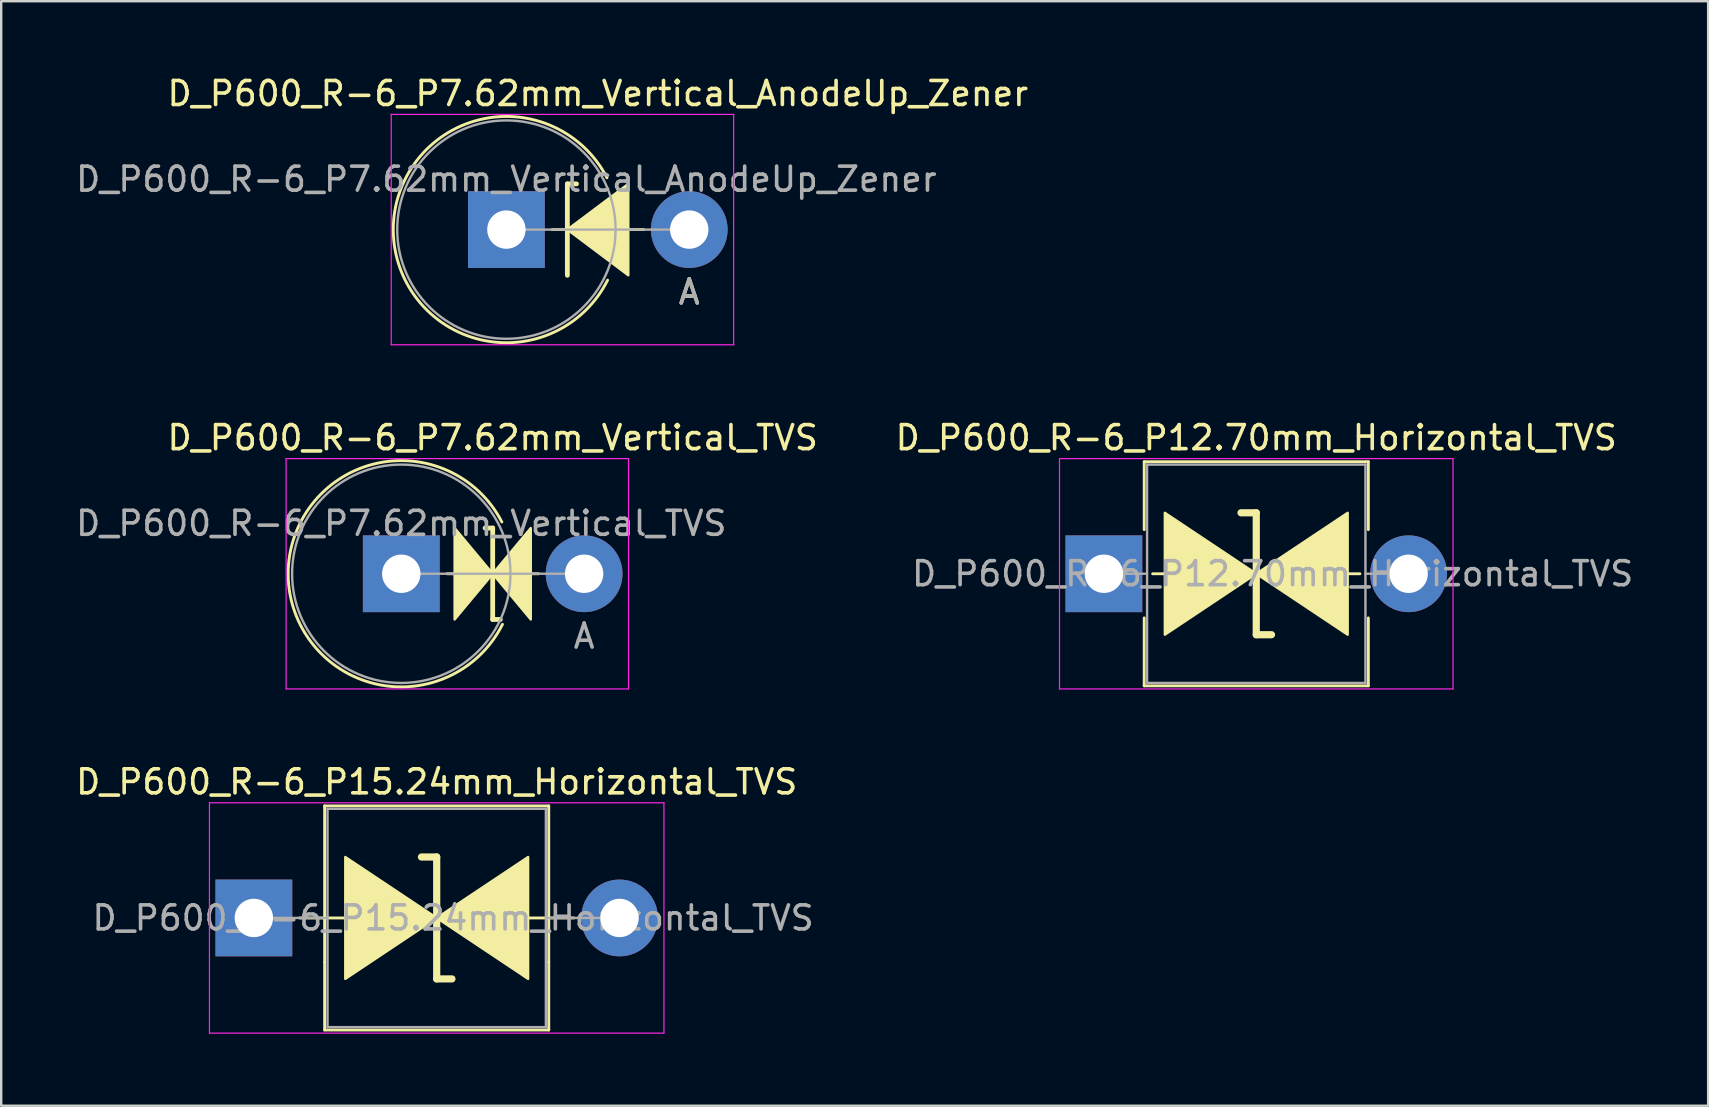
<source format=kicad_pcb>
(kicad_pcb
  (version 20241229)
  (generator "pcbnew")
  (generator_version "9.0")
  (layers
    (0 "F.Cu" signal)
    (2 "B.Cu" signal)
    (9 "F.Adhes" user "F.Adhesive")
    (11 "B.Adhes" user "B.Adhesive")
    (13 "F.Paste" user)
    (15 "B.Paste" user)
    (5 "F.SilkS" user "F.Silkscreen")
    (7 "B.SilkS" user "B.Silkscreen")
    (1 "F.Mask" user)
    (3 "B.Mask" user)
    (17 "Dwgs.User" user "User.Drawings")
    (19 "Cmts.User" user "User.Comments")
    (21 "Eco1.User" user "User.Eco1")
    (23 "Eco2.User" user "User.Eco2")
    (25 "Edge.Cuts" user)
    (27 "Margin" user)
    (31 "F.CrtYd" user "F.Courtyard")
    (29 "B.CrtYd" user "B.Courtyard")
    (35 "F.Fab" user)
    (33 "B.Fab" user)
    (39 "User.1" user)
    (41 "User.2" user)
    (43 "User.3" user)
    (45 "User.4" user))
  (footprint "D_P600_R-6_P7.62mm_Vertical_AnodeUp_Zener"
    (layer "F.Cu")
    (at 18.054 6.518)
    (property "Reference" "D_P600_R-6_P7.62mm_Vertical_AnodeUp_Zener" (at 3.81 -5.67 0) (layer "F.SilkS") (effects (font (size 1 1) (thickness 0.15))))
    (attr through_hole)
    (fp_line (start 1.905 0) (end 5.72 0) (stroke (width 0.12) (type solid)) (layer "F.SilkS"))
    (fp_line (start 2.54 -1.905) (end 2.54 1.905) (stroke (width 0.2) (type solid)) (layer "F.SilkS"))
    (fp_line (start 2.54 -1.905) (end 2.921 -1.905) (stroke (width 0.2) (type solid)) (layer "F.SilkS"))
    (fp_arc (start 4.216705 2.108353) (mid -4.714334 0.028398) (end 4.190999 -2.158999) (stroke (width 0.12) (type solid)) (layer "F.SilkS"))
    (fp_poly (pts (xy 5.08 1.905) (xy 2.54 0) (xy 5.08 -1.905)) (stroke (width 0.1) (type solid)) (fill yes) (layer "F.SilkS"))
    (fp_line (start -4.8 -4.8) (end -4.8 4.8) (stroke (width 0.05) (type solid)) (layer "F.CrtYd"))
    (fp_line (start -4.8 4.8) (end 9.47 4.8) (stroke (width 0.05) (type solid)) (layer "F.CrtYd"))
    (fp_line (start 9.47 -4.8) (end -4.8 -4.8) (stroke (width 0.05) (type solid)) (layer "F.CrtYd"))
    (fp_line (start 9.47 4.8) (end 9.47 -4.8) (stroke (width 0.05) (type solid)) (layer "F.CrtYd"))
    (fp_line (start 0 0) (end 7.62 0) (stroke (width 0.1) (type solid)) (layer "F.Fab"))
    (fp_circle (center 0 0) (end 4.55 0) (stroke (width 0.1) (type solid)) (fill no) (layer "F.Fab"))
    (fp_text user "A" (at 7.62 2.6 0) (layer "F.SilkS") (effects (font (size 1 1) (thickness 0.15))))
    (fp_text user "${REFERENCE}" (at 0 -2.1 0) (layer "F.Fab") (effects (font (size 1 1) (thickness 0.15))))
    (fp_text user "A" (at 7.62 2.6 0) (layer "F.Fab") (effects (font (size 1 1) (thickness 0.15))))
    (pad "1" thru_hole rect (at 0 0) (size 3.2 3.2) (drill 1.6) (layers "*.Cu" "*.Mask"))
    (pad "2" thru_hole oval (at 7.62 0) (size 3.2 3.2) (drill 1.6) (layers "*.Cu" "*.Mask")))
  (footprint "D_P600_R-6_P12.70mm_Horizontal_TVS"
    (layer "F.Cu")
    (at 42.954 20.861)
    (property "Reference" "D_P600_R-6_P12.70mm_Horizontal_TVS" (at 6.35 -5.67 0) (layer "F.SilkS") (effects (font (size 1 1) (thickness 0.15))))
    (attr through_hole)
    (fp_line (start 1.68 -4.67) (end 11.02 -4.67) (stroke (width 0.12) (type solid)) (layer "F.SilkS"))
    (fp_line (start 1.68 -1.84) (end 1.68 -4.67) (stroke (width 0.12) (type solid)) (layer "F.SilkS"))
    (fp_line (start 1.68 1.84) (end 1.68 4.67) (stroke (width 0.12) (type solid)) (layer "F.SilkS"))
    (fp_line (start 1.68 4.67) (end 11.02 4.67) (stroke (width 0.12) (type solid)) (layer "F.SilkS"))
    (fp_line (start 2.032 0) (end 2.54 0) (stroke (width 0.12) (type solid)) (layer "F.SilkS"))
    (fp_line (start 6.35 -2.54) (end 5.715 -2.54) (stroke (width 0.3) (type solid)) (layer "F.SilkS"))
    (fp_line (start 6.35 2.54) (end 6.35 -2.54) (stroke (width 0.3) (type solid)) (layer "F.SilkS"))
    (fp_line (start 6.985 2.54) (end 6.35 2.54) (stroke (width 0.3) (type solid)) (layer "F.SilkS"))
    (fp_line (start 10.668 0) (end 10.16 0) (stroke (width 0.12) (type solid)) (layer "F.SilkS"))
    (fp_line (start 11.02 -4.67) (end 11.02 -1.84) (stroke (width 0.12) (type solid)) (layer "F.SilkS"))
    (fp_line (start 11.02 4.67) (end 11.02 1.84) (stroke (width 0.12) (type solid)) (layer "F.SilkS"))
    (fp_poly (pts (xy 6.35 0) (xy 2.54 2.54) (xy 2.54 -2.54)) (stroke (width 0.1) (type solid)) (fill yes) (layer "F.SilkS"))
    (fp_poly (pts (xy 6.35 0) (xy 10.16 -2.54) (xy 10.16 2.54)) (stroke (width 0.1) (type solid)) (fill yes) (layer "F.SilkS"))
    (fp_line (start -1.85 -4.8) (end -1.85 4.8) (stroke (width 0.05) (type solid)) (layer "F.CrtYd"))
    (fp_line (start -1.85 4.8) (end 14.55 4.8) (stroke (width 0.05) (type solid)) (layer "F.CrtYd"))
    (fp_line (start 14.55 -4.8) (end -1.85 -4.8) (stroke (width 0.05) (type solid)) (layer "F.CrtYd"))
    (fp_line (start 14.55 4.8) (end 14.55 -4.8) (stroke (width 0.05) (type solid)) (layer "F.CrtYd"))
    (fp_line (start 0 0) (end 1.8 0) (stroke (width 0.1) (type solid)) (layer "F.Fab"))
    (fp_line (start 1.8 -4.55) (end 1.8 4.55) (stroke (width 0.1) (type solid)) (layer "F.Fab"))
    (fp_line (start 1.8 4.55) (end 10.9 4.55) (stroke (width 0.1) (type solid)) (layer "F.Fab"))
    (fp_line (start 10.9 -4.55) (end 1.8 -4.55) (stroke (width 0.1) (type solid)) (layer "F.Fab"))
    (fp_line (start 10.9 4.55) (end 10.9 -4.55) (stroke (width 0.1) (type solid)) (layer "F.Fab"))
    (fp_line (start 12.7 0) (end 10.9 0) (stroke (width 0.1) (type solid)) (layer "F.Fab"))
    (fp_text user "${REFERENCE}" (at 7.032 0 0) (layer "F.Fab") (effects (font (size 1 1) (thickness 0.15))))
    (pad "1" thru_hole rect (at 0 0) (size 3.2 3.2) (drill 1.6) (layers "*.Cu" "*.Mask"))
    (pad "2" thru_hole oval (at 12.7 0) (size 3.2 3.2) (drill 1.6) (layers "*.Cu" "*.Mask")))
  (footprint "D_P600_R-6_P7.62mm_Vertical_TVS"
    (layer "F.Cu")
    (at 13.673 20.861)
    (property "Reference" "D_P600_R-6_P7.62mm_Vertical_TVS" (at 3.81 -5.67 0) (layer "F.SilkS") (effects (font (size 1 1) (thickness 0.15))))
    (attr through_hole)
    (fp_line (start 1.905 0) (end 5.72 0) (stroke (width 0.12) (type solid)) (layer "F.SilkS"))
    (fp_line (start 3.493 -1.905) (end 3.81 -1.905) (stroke (width 0.2) (type solid)) (layer "F.SilkS"))
    (fp_line (start 3.81 -1.905) (end 3.81 1.905) (stroke (width 0.2) (type solid)) (layer "F.SilkS"))
    (fp_line (start 3.81 1.905) (end 4.128 1.905) (stroke (width 0.2) (type solid)) (layer "F.SilkS"))
    (fp_arc (start 4.216705 2.108353) (mid -4.714334 0.028398) (end 4.190999 -2.158999) (stroke (width 0.12) (type solid)) (layer "F.SilkS"))
    (fp_poly (pts (xy 2.223 -1.905) (xy 3.81 0) (xy 2.223 1.905)) (stroke (width 0.1) (type solid)) (fill yes) (layer "F.SilkS"))
    (fp_poly (pts (xy 5.397 1.905) (xy 3.81 0) (xy 5.397 -1.905)) (stroke (width 0.1) (type solid)) (fill yes) (layer "F.SilkS"))
    (fp_line (start -4.8 -4.8) (end -4.8 4.8) (stroke (width 0.05) (type solid)) (layer "F.CrtYd"))
    (fp_line (start -4.8 4.8) (end 9.47 4.8) (stroke (width 0.05) (type solid)) (layer "F.CrtYd"))
    (fp_line (start 9.47 -4.8) (end -4.8 -4.8) (stroke (width 0.05) (type solid)) (layer "F.CrtYd"))
    (fp_line (start 9.47 4.8) (end 9.47 -4.8) (stroke (width 0.05) (type solid)) (layer "F.CrtYd"))
    (fp_line (start 0 0) (end 7.62 0) (stroke (width 0.1) (type solid)) (layer "F.Fab"))
    (fp_circle (center 0 0) (end 4.55 0) (stroke (width 0.1) (type solid)) (fill no) (layer "F.Fab"))
    (fp_text user "A" (at 7.62 2.6 0) (layer "F.Fab") (effects (font (size 1 1) (thickness 0.15))))
    (fp_text user "${REFERENCE}" (at 0 -2.1 0) (layer "F.Fab") (effects (font (size 1 1) (thickness 0.15))))
    (pad "1" thru_hole rect (at 0 0) (size 3.2 3.2) (drill 1.6) (layers "*.Cu" "*.Mask"))
    (pad "2" thru_hole oval (at 7.62 0) (size 3.2 3.2) (drill 1.6) (layers "*.Cu" "*.Mask")))
  (footprint "D_P600_R-6_P15.24mm_Horizontal_TVS"
    (layer "F.Cu")
    (at 7.529 35.205)
    (property "Reference" "D_P600_R-6_P15.24mm_Horizontal_TVS" (at 7.62 -5.67 0) (layer "F.SilkS") (effects (font (size 1 1) (thickness 0.15))))
    (attr through_hole)
    (fp_line (start 1.905 0) (end 3.81 0) (stroke (width 0.12) (type solid)) (layer "F.SilkS"))
    (fp_line (start 2.95 -4.67) (end 12.29 -4.67) (stroke (width 0.12) (type solid)) (layer "F.SilkS"))
    (fp_line (start 2.95 1.84) (end 2.95 -4.67) (stroke (width 0.12) (type solid)) (layer "F.SilkS"))
    (fp_line (start 2.95 1.84) (end 2.95 4.67) (stroke (width 0.12) (type solid)) (layer "F.SilkS"))
    (fp_line (start 2.95 4.67) (end 12.29 4.67) (stroke (width 0.12) (type solid)) (layer "F.SilkS"))
    (fp_line (start 7.62 -2.54) (end 6.985 -2.54) (stroke (width 0.3) (type solid)) (layer "F.SilkS"))
    (fp_line (start 7.62 2.54) (end 7.62 -2.54) (stroke (width 0.3) (type solid)) (layer "F.SilkS"))
    (fp_line (start 8.255 2.54) (end 7.62 2.54) (stroke (width 0.3) (type solid)) (layer "F.SilkS"))
    (fp_line (start 12.29 -4.67) (end 12.29 1.84) (stroke (width 0.12) (type solid)) (layer "F.SilkS"))
    (fp_line (start 12.29 4.67) (end 12.29 1.84) (stroke (width 0.12) (type solid)) (layer "F.SilkS"))
    (fp_line (start 13.335 0) (end 11.43 0) (stroke (width 0.12) (type solid)) (layer "F.SilkS"))
    (fp_poly (pts (xy 7.62 0) (xy 3.81 2.54) (xy 3.81 -2.54)) (stroke (width 0.1) (type solid)) (fill yes) (layer "F.SilkS"))
    (fp_poly (pts (xy 7.62 0) (xy 11.43 -2.54) (xy 11.43 2.54)) (stroke (width 0.1) (type solid)) (fill yes) (layer "F.SilkS"))
    (fp_line (start -1.85 -4.8) (end -1.85 4.8) (stroke (width 0.05) (type solid)) (layer "F.CrtYd"))
    (fp_line (start -1.85 4.8) (end 17.09 4.8) (stroke (width 0.05) (type solid)) (layer "F.CrtYd"))
    (fp_line (start 17.09 -4.8) (end -1.85 -4.8) (stroke (width 0.05) (type solid)) (layer "F.CrtYd"))
    (fp_line (start 17.09 4.8) (end 17.09 -4.8) (stroke (width 0.05) (type solid)) (layer "F.CrtYd"))
    (fp_line (start 0 0) (end 3.07 0) (stroke (width 0.1) (type solid)) (layer "F.Fab"))
    (fp_line (start 3.07 -4.55) (end 3.07 4.55) (stroke (width 0.1) (type solid)) (layer "F.Fab"))
    (fp_line (start 3.07 4.55) (end 12.17 4.55) (stroke (width 0.1) (type solid)) (layer "F.Fab"))
    (fp_line (start 12.17 -4.55) (end 3.07 -4.55) (stroke (width 0.1) (type solid)) (layer "F.Fab"))
    (fp_line (start 12.17 4.55) (end 12.17 -4.55) (stroke (width 0.1) (type solid)) (layer "F.Fab"))
    (fp_line (start 15.24 0) (end 12.17 0) (stroke (width 0.1) (type solid)) (layer "F.Fab"))
    (fp_text user "${REFERENCE}" (at 8.303 0 0) (layer "F.Fab") (effects (font (size 1 1) (thickness 0.15))))
    (pad "1" thru_hole rect (at 0 0) (size 3.2 3.2) (drill 1.6) (layers "*.Cu" "*.Mask"))
    (pad "2" thru_hole oval (at 15.24 0) (size 3.2 3.2) (drill 1.6) (layers "*.Cu" "*.Mask")))
  (gr_rect
    (start -3 -3)
    (end 68.135 43.03)
    (stroke (width 0.1) (type default))
    (fill no)
    (layer "Edge.Cuts")))
</source>
